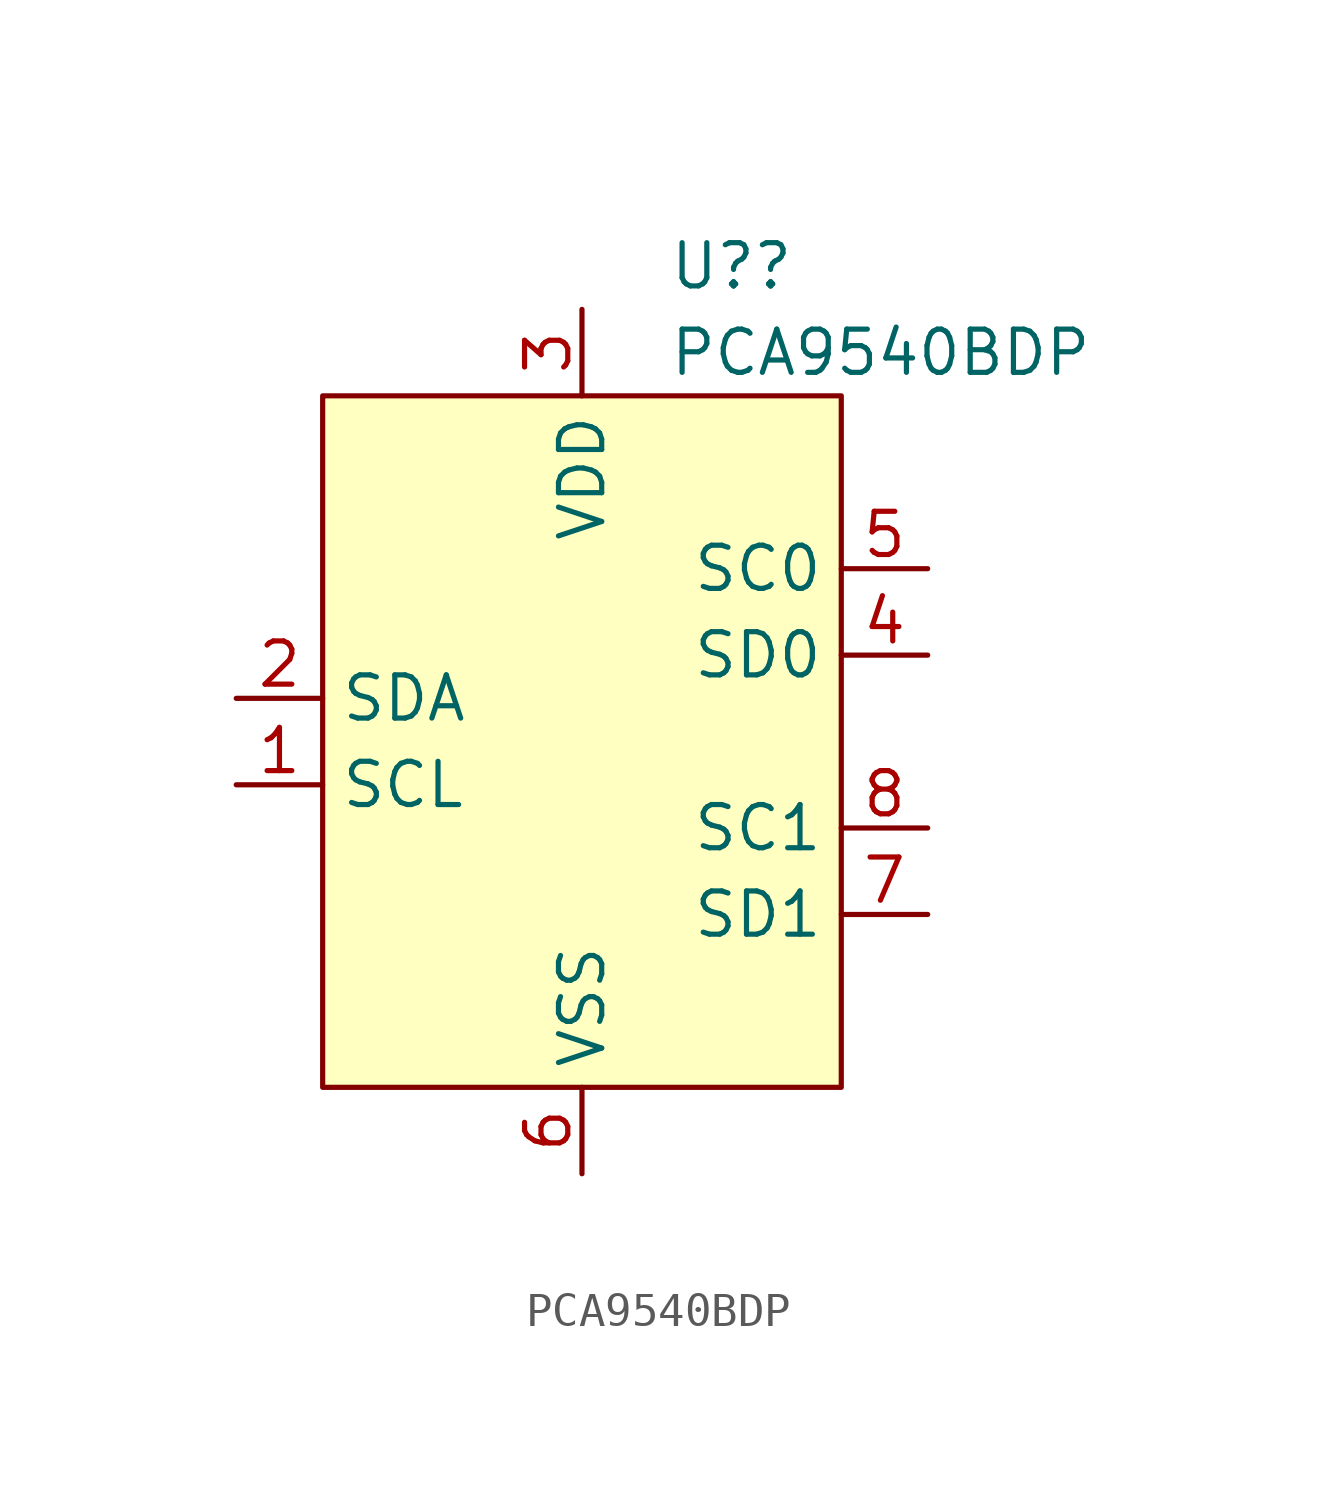
<source format=kicad_sym>
(kicad_symbol_lib
  (version 20220126)
  (generator kicad_symbol_editor)
  (symbol "PCA9540BDP"
    (property "Reference" "U?"
      (at 2.54 -6.35 0)
      (effects (font (size 1.27 1.27)) (justify left)))
    (property "Value" "PCA9540BDP"
      (at 2.54 -8.89 0)
      (effects (font (size 1.27 1.27)) (justify left)))
    (symbol "PCA9540BDP_0_1"
      (rectangle (start -7.62 -10.16) (end 7.62 -30.48) (stroke (width 0) (type default)) (fill (type background))))
    (symbol "PCA9540BDP_1_1"
      (pin input line (at -10.16 -21.59 0) (length 2.54) (name "SCL" (effects (font (size 1.27 1.27)))) (number "1" (effects (font (size 1.27 1.27)))))
      (pin bidirectional line (at -10.16 -19.05 0) (length 2.54) (name "SDA" (effects (font (size 1.27 1.27)))) (number "2" (effects (font (size 1.27 1.27)))))
      (pin power_in line (at 0 -7.62 270) (length 2.54) (name "VDD" (effects (font (size 1.27 1.27)))) (number "3" (effects (font (size 1.27 1.27)))))
      (pin bidirectional line (at 10.16 -17.78 180) (length 2.54) (name "SD0" (effects (font (size 1.27 1.27)))) (number "4" (effects (font (size 1.27 1.27)))))
      (pin output line (at 10.16 -15.24 180) (length 2.54) (name "SC0" (effects (font (size 1.27 1.27)))) (number "5" (effects (font (size 1.27 1.27)))))
      (pin power_in line (at 0 -33.02 90) (length 2.54) (name "VSS" (effects (font (size 1.27 1.27)))) (number "6" (effects (font (size 1.27 1.27)))))
      (pin bidirectional line (at 10.16 -25.4 180) (length 2.54) (name "SD1" (effects (font (size 1.27 1.27)))) (number "7" (effects (font (size 1.27 1.27)))))
      (pin output line (at 10.16 -22.86 180) (length 2.54) (name "SC1" (effects (font (size 1.27 1.27)))) (number "8" (effects (font (size 1.27 1.27))))))))
</source>
